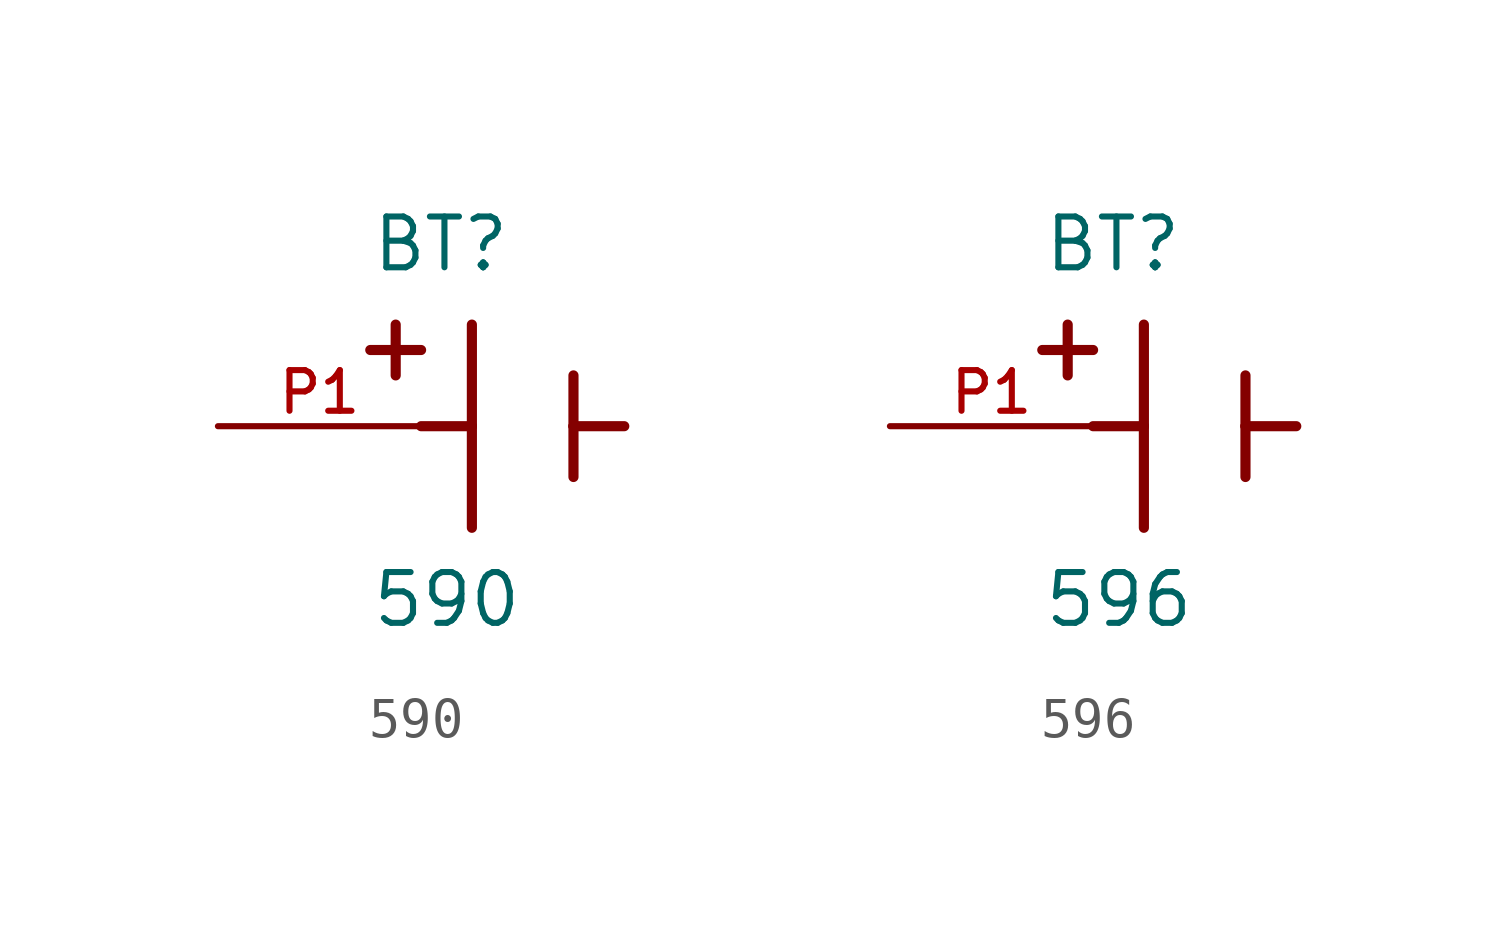
<source format=kicad_sym>
(kicad_symbol_lib
  (version 20220914)
  (generator kicad_symbol_editor)
  (symbol "590"
    (pin_names
      (offset 1.016))
    (property "Reference" "BT"
      (at -3.81 3.81 0)
      (effects (font (size 1.27 1.27)) (justify left bottom)))
    (property "Value" "590"
      (at -3.81 -5.08 0)
      (effects (font (size 1.27 1.27)) (justify left bottom)))
    (symbol "590_0_0"
      (polyline (pts (xy -3.81 1.905) (xy -2.54 1.905)) (stroke (width 0.254) (type default)) (fill (type none)))
      (polyline (pts (xy -3.175 2.54) (xy -3.175 1.27)) (stroke (width 0.254) (type default)) (fill (type none)))
      (polyline (pts (xy -1.27 0) (xy -2.54 0)) (stroke (width 0.254) (type default)) (fill (type none)))
      (polyline (pts (xy -1.27 0) (xy -1.27 -2.54)) (stroke (width 0.254) (type default)) (fill (type none)))
      (polyline (pts (xy -1.27 2.54) (xy -1.27 0)) (stroke (width 0.254) (type default)) (fill (type none)))
      (polyline (pts (xy 1.27 0) (xy 1.27 -1.27)) (stroke (width 0.254) (type default)) (fill (type none)))
      (polyline (pts (xy 1.27 0) (xy 2.54 0)) (stroke (width 0.254) (type default)) (fill (type none)))
      (polyline (pts (xy 1.27 1.27) (xy 1.27 0)) (stroke (width 0.254) (type default)) (fill (type none)))
      (pin passive line (at -7.62 0 0) (length 5.08) (name "~" (effects (font (size 1.016 1.016)))) (number "P1" (effects (font (size 1.016 1.016)))))))
  (symbol "596"
    (pin_names
      (offset 1.016))
    (property "Reference" "BT"
      (at -3.81 3.81 0)
      (effects (font (size 1.27 1.27)) (justify left bottom)))
    (property "Value" "596"
      (at -3.81 -5.08 0)
      (effects (font (size 1.27 1.27)) (justify left bottom)))
    (symbol "596_0_0"
      (polyline (pts (xy -3.81 1.905) (xy -2.54 1.905)) (stroke (width 0.254) (type default)) (fill (type none)))
      (polyline (pts (xy -3.175 2.54) (xy -3.175 1.27)) (stroke (width 0.254) (type default)) (fill (type none)))
      (polyline (pts (xy -1.27 0) (xy -2.54 0)) (stroke (width 0.254) (type default)) (fill (type none)))
      (polyline (pts (xy -1.27 0) (xy -1.27 -2.54)) (stroke (width 0.254) (type default)) (fill (type none)))
      (polyline (pts (xy -1.27 2.54) (xy -1.27 0)) (stroke (width 0.254) (type default)) (fill (type none)))
      (polyline (pts (xy 1.27 0) (xy 1.27 -1.27)) (stroke (width 0.254) (type default)) (fill (type none)))
      (polyline (pts (xy 1.27 0) (xy 2.54 0)) (stroke (width 0.254) (type default)) (fill (type none)))
      (polyline (pts (xy 1.27 1.27) (xy 1.27 0)) (stroke (width 0.254) (type default)) (fill (type none)))
      (pin passive line (at -7.62 0 0) (length 5.08) (name "~" (effects (font (size 1.016 1.016)))) (number "P1" (effects (font (size 1.016 1.016))))))))
</source>
